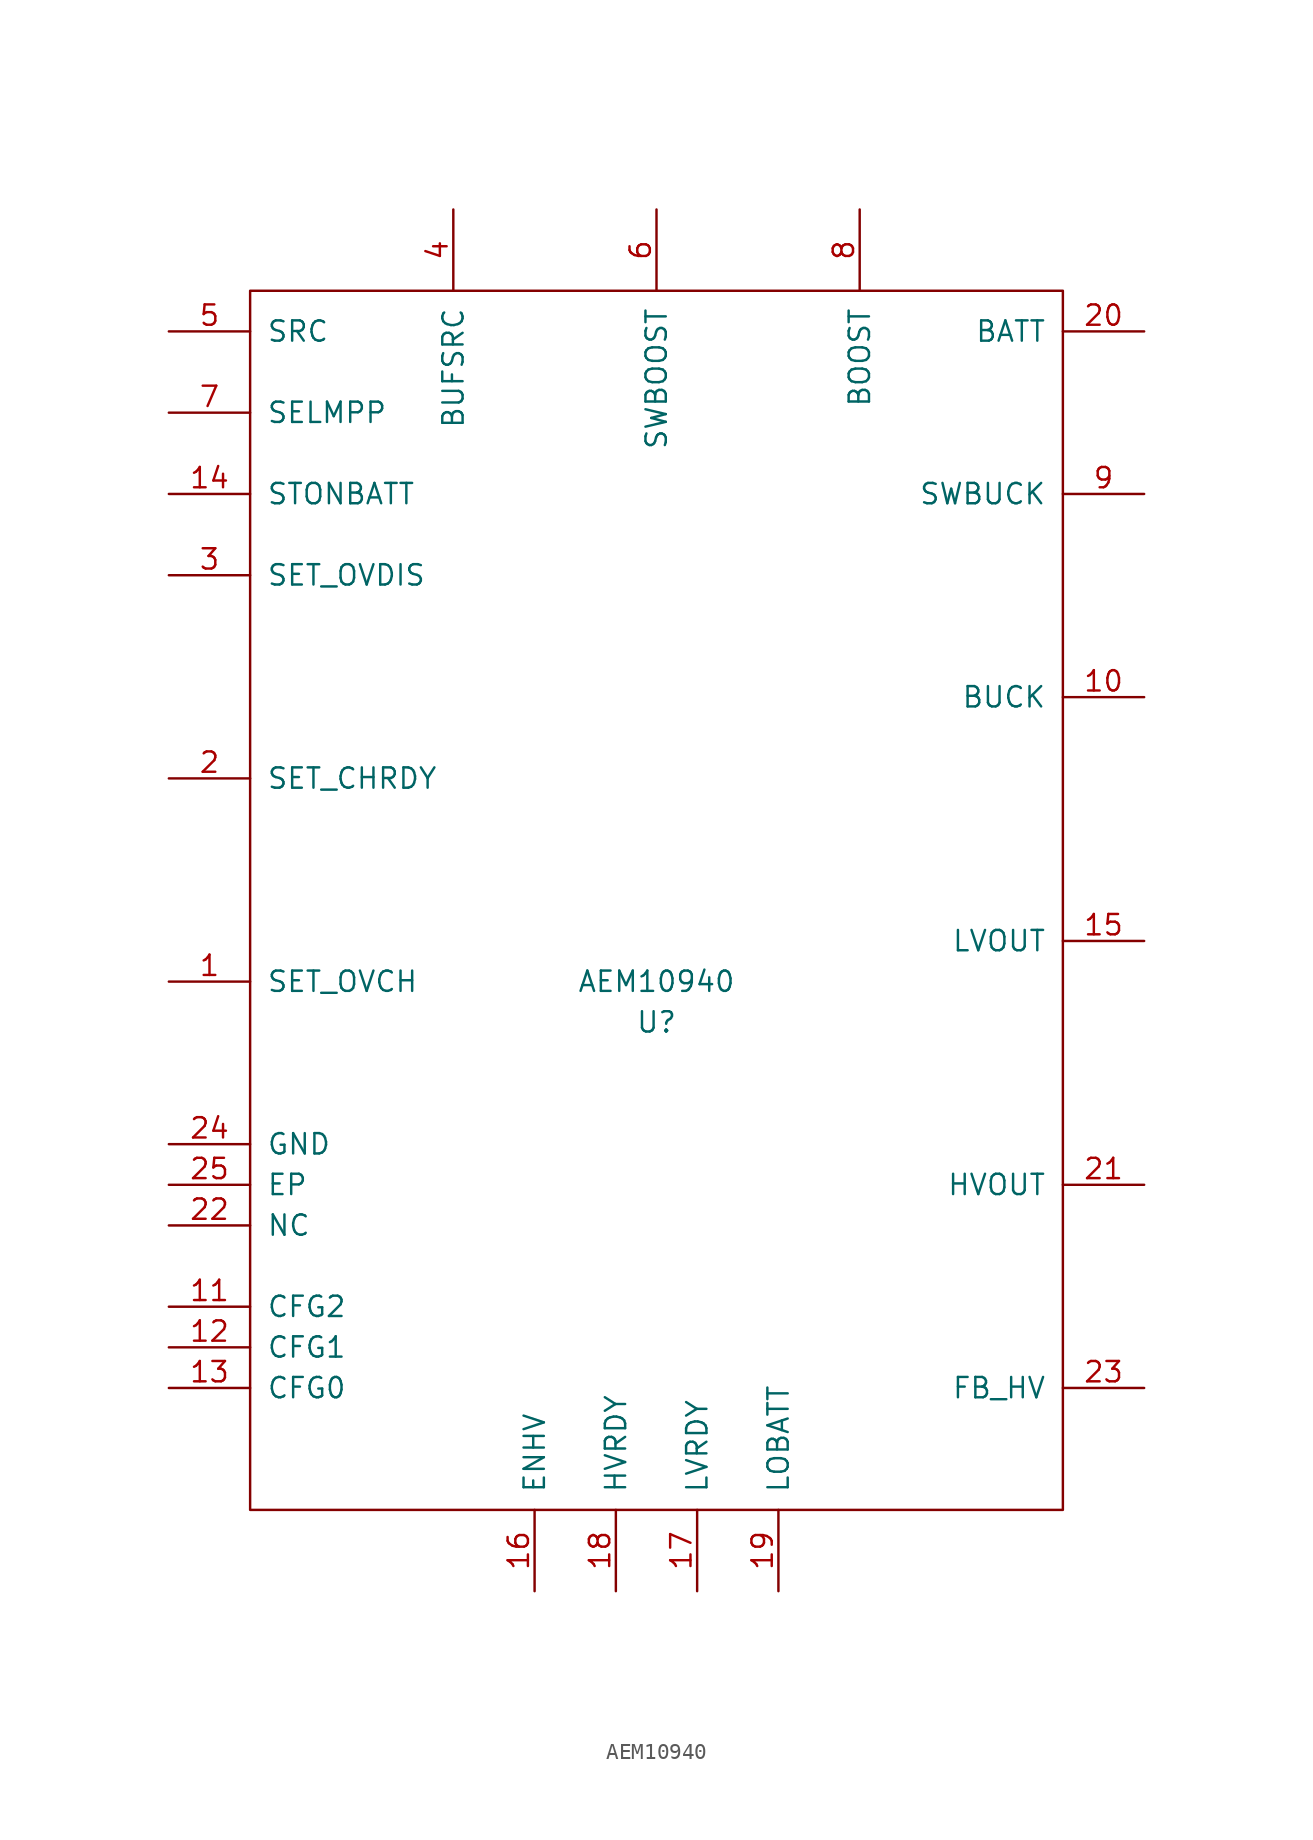
<source format=kicad_sym>
(kicad_symbol_lib
  (version 20211014)
  (generator kicad_symbol_editor)
  (symbol "AEM10940"
    (pin_names
      (offset 1.016))
    (property "Reference" "U"
      (at 0 0 0)
      (effects (font (size 1.27 1.27))))
    (property "Value" "AEM10940"
      (at 0 2.54 0)
      (effects (font (size 1.27 1.27))))
    (symbol "AEM10940_0_1"
      (rectangle (start -25.4 45.72) (end 25.4 -30.48) (stroke (width 0) (type default) (color 0 0 0 0)) (fill (type none))))
    (symbol "AEM10940_1_1"
      (pin input line (at -30.48 2.54 0) (length 5.08) (name "SET_OVCH" (effects (font (size 1.27 1.27)))) (number "1" (effects (font (size 1.27 1.27)))))
      (pin input line (at 30.48 20.32 180) (length 5.08) (name "BUCK" (effects (font (size 1.27 1.27)))) (number "10" (effects (font (size 1.27 1.27)))))
      (pin input line (at -30.48 -17.78 0) (length 5.08) (name "CFG2" (effects (font (size 1.27 1.27)))) (number "11" (effects (font (size 1.27 1.27)))))
      (pin input line (at -30.48 -20.32 0) (length 5.08) (name "CFG1" (effects (font (size 1.27 1.27)))) (number "12" (effects (font (size 1.27 1.27)))))
      (pin input line (at -30.48 -22.86 0) (length 5.08) (name "CFG0" (effects (font (size 1.27 1.27)))) (number "13" (effects (font (size 1.27 1.27)))))
      (pin input line (at -30.48 33.02 0) (length 5.08) (name "STONBATT" (effects (font (size 1.27 1.27)))) (number "14" (effects (font (size 1.27 1.27)))))
      (pin input line (at 30.48 5.08 180) (length 5.08) (name "LVOUT" (effects (font (size 1.27 1.27)))) (number "15" (effects (font (size 1.27 1.27)))))
      (pin input line (at -7.62 -35.56 90) (length 5.08) (name "ENHV" (effects (font (size 1.27 1.27)))) (number "16" (effects (font (size 1.27 1.27)))))
      (pin input line (at 2.54 -35.56 90) (length 5.08) (name "LVRDY" (effects (font (size 1.27 1.27)))) (number "17" (effects (font (size 1.27 1.27)))))
      (pin input line (at -2.54 -35.56 90) (length 5.08) (name "HVRDY" (effects (font (size 1.27 1.27)))) (number "18" (effects (font (size 1.27 1.27)))))
      (pin input line (at 7.62 -35.56 90) (length 5.08) (name "LOBATT" (effects (font (size 1.27 1.27)))) (number "19" (effects (font (size 1.27 1.27)))))
      (pin input line (at -30.48 15.24 0) (length 5.08) (name "SET_CHRDY" (effects (font (size 1.27 1.27)))) (number "2" (effects (font (size 1.27 1.27)))))
      (pin input line (at 30.48 43.18 180) (length 5.08) (name "BATT" (effects (font (size 1.27 1.27)))) (number "20" (effects (font (size 1.27 1.27)))))
      (pin input line (at 30.48 -10.16 180) (length 5.08) (name "HVOUT" (effects (font (size 1.27 1.27)))) (number "21" (effects (font (size 1.27 1.27)))))
      (pin input line (at -30.48 -12.7 0) (length 5.08) (name "NC" (effects (font (size 1.27 1.27)))) (number "22" (effects (font (size 1.27 1.27)))))
      (pin input line (at 30.48 -22.86 180) (length 5.08) (name "FB_HV" (effects (font (size 1.27 1.27)))) (number "23" (effects (font (size 1.27 1.27)))))
      (pin input line (at -30.48 -7.62 0) (length 5.08) (name "GND" (effects (font (size 1.27 1.27)))) (number "24" (effects (font (size 1.27 1.27)))))
      (pin input line (at -30.48 -10.16 0) (length 5.08) (name "EP" (effects (font (size 1.27 1.27)))) (number "25" (effects (font (size 1.27 1.27)))))
      (pin input line (at -30.48 27.94 0) (length 5.08) (name "SET_OVDIS" (effects (font (size 1.27 1.27)))) (number "3" (effects (font (size 1.27 1.27)))))
      (pin input line (at -12.7 50.8 270) (length 5.08) (name "BUFSRC" (effects (font (size 1.27 1.27)))) (number "4" (effects (font (size 1.27 1.27)))))
      (pin input line (at -30.48 43.18 0) (length 5.08) (name "SRC" (effects (font (size 1.27 1.27)))) (number "5" (effects (font (size 1.27 1.27)))))
      (pin input line (at 0 50.8 270) (length 5.08) (name "SWBOOST" (effects (font (size 1.27 1.27)))) (number "6" (effects (font (size 1.27 1.27)))))
      (pin input line (at -30.48 38.1 0) (length 5.08) (name "SELMPP" (effects (font (size 1.27 1.27)))) (number "7" (effects (font (size 1.27 1.27)))))
      (pin input line (at 12.7 50.8 270) (length 5.08) (name "BOOST" (effects (font (size 1.27 1.27)))) (number "8" (effects (font (size 1.27 1.27)))))
      (pin input line (at 30.48 33.02 180) (length 5.08) (name "SWBUCK" (effects (font (size 1.27 1.27)))) (number "9" (effects (font (size 1.27 1.27))))))))
</source>
